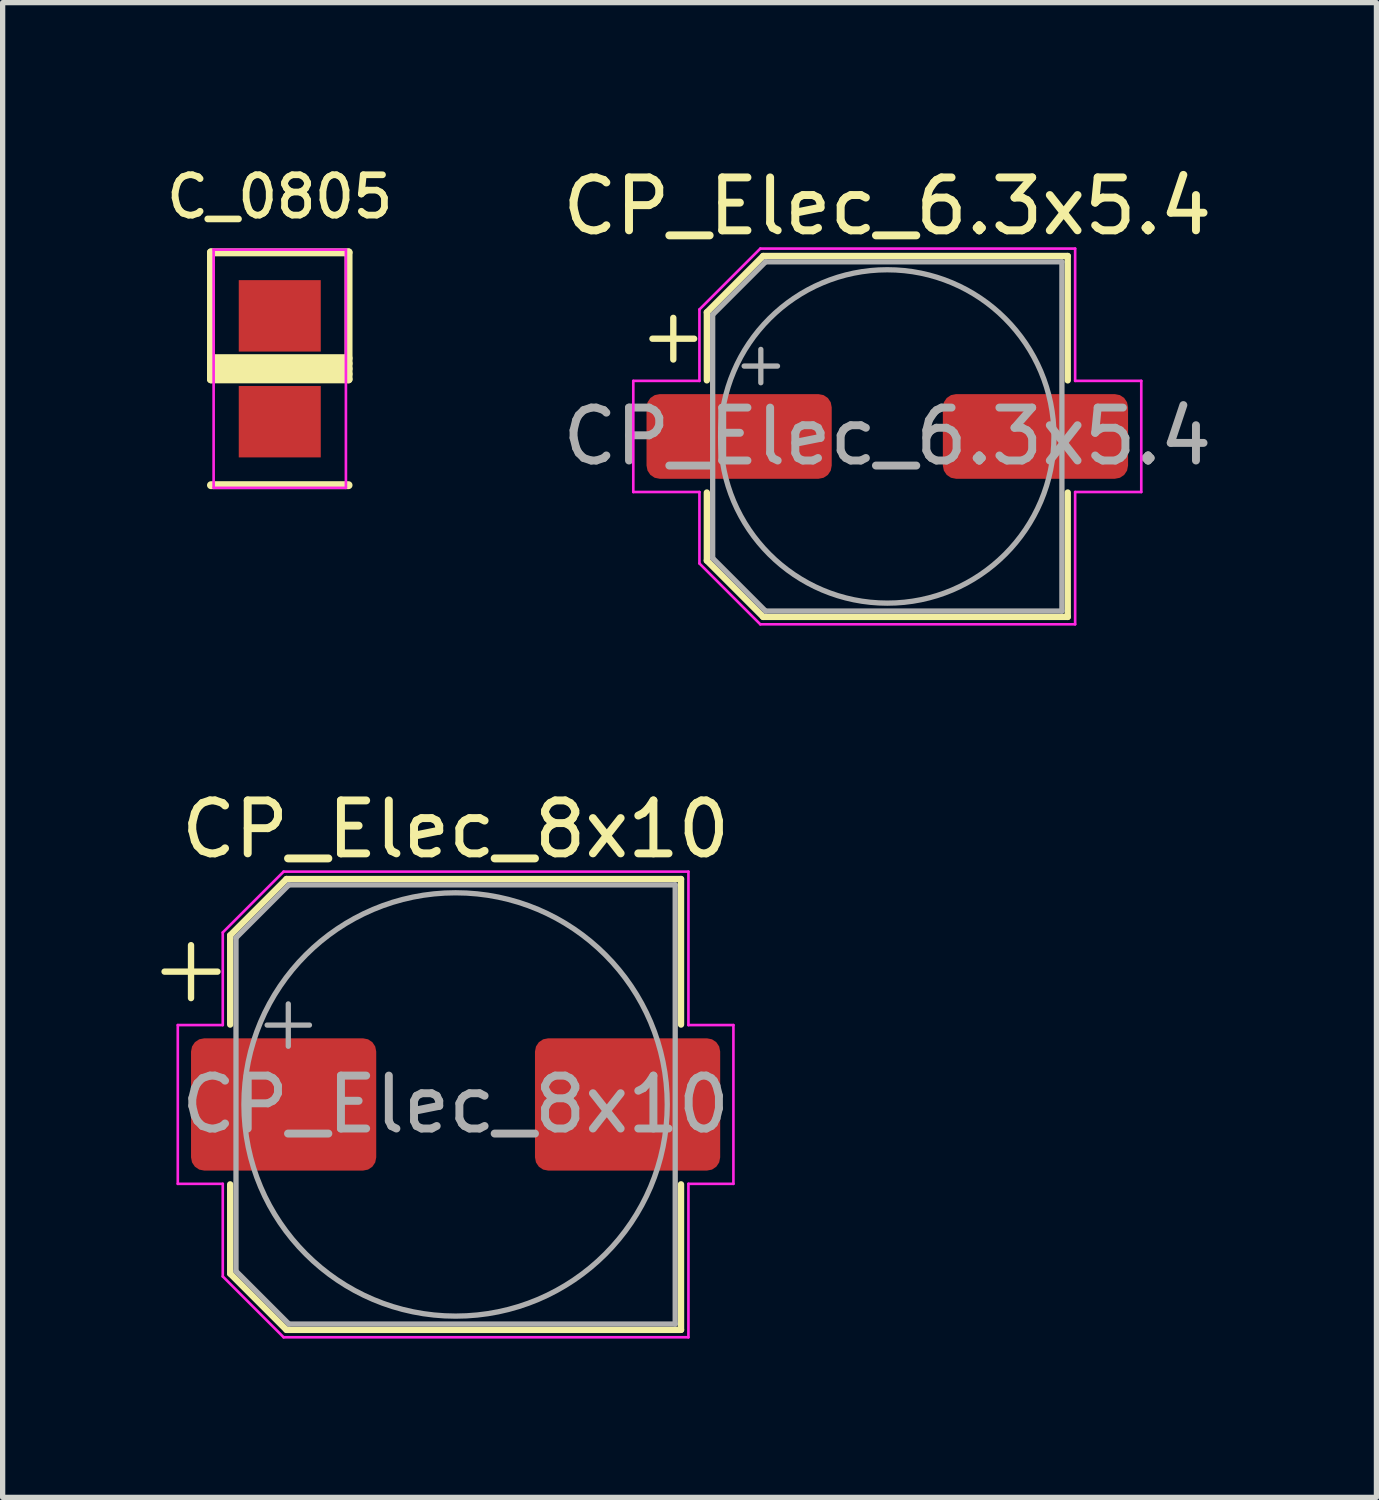
<source format=kicad_pcb>
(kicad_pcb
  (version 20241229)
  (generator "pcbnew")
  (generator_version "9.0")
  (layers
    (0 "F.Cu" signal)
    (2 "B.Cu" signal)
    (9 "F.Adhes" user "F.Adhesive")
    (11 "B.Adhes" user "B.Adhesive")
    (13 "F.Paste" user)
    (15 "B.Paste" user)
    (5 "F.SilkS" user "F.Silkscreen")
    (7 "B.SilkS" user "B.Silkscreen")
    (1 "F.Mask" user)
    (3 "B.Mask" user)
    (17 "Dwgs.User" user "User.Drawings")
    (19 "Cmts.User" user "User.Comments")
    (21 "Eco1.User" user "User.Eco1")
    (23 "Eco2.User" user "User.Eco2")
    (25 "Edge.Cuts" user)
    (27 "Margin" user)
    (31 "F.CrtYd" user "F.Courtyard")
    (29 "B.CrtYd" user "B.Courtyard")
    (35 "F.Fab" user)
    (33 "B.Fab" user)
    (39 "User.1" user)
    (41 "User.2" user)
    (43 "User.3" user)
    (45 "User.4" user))
  (footprint "CP_Elec_6.3x5.4"
    (layer "F.Cu")
    (at 13.718 5.198)
    (property "Reference" "CP_Elec_6.3x5.4" (at 0 -4.35 0) (layer "F.SilkS") (effects (font (size 1 1) (thickness 0.15))))
    (attr smd)
    (fp_line (start -4.438 -1.847) (end -3.65 -1.847) (stroke (width 0.12) (type solid)) (layer "F.SilkS"))
    (fp_line (start -4.044 -2.241) (end -4.044 -1.454) (stroke (width 0.12) (type solid)) (layer "F.SilkS"))
    (fp_line (start -3.41 -2.346) (end -3.41 -1.06) (stroke (width 0.12) (type solid)) (layer "F.SilkS"))
    (fp_line (start -3.41 -2.346) (end -2.346 -3.41) (stroke (width 0.12) (type solid)) (layer "F.SilkS"))
    (fp_line (start -3.41 2.346) (end -3.41 1.06) (stroke (width 0.12) (type solid)) (layer "F.SilkS"))
    (fp_line (start -3.41 2.346) (end -2.346 3.41) (stroke (width 0.12) (type solid)) (layer "F.SilkS"))
    (fp_line (start -2.346 -3.41) (end 3.41 -3.41) (stroke (width 0.12) (type solid)) (layer "F.SilkS"))
    (fp_line (start -2.346 3.41) (end 3.41 3.41) (stroke (width 0.12) (type solid)) (layer "F.SilkS"))
    (fp_line (start 3.41 -3.41) (end 3.41 -1.06) (stroke (width 0.12) (type solid)) (layer "F.SilkS"))
    (fp_line (start 3.41 3.41) (end 3.41 1.06) (stroke (width 0.12) (type solid)) (layer "F.SilkS"))
    (fp_line (start -4.8 -1.05) (end -4.8 1.05) (stroke (width 0.05) (type solid)) (layer "F.CrtYd"))
    (fp_line (start -4.8 1.05) (end -3.55 1.05) (stroke (width 0.05) (type solid)) (layer "F.CrtYd"))
    (fp_line (start -3.55 -2.4) (end -3.55 -1.05) (stroke (width 0.05) (type solid)) (layer "F.CrtYd"))
    (fp_line (start -3.55 -2.4) (end -2.4 -3.55) (stroke (width 0.05) (type solid)) (layer "F.CrtYd"))
    (fp_line (start -3.55 -1.05) (end -4.8 -1.05) (stroke (width 0.05) (type solid)) (layer "F.CrtYd"))
    (fp_line (start -3.55 1.05) (end -3.55 2.4) (stroke (width 0.05) (type solid)) (layer "F.CrtYd"))
    (fp_line (start -3.55 2.4) (end -2.4 3.55) (stroke (width 0.05) (type solid)) (layer "F.CrtYd"))
    (fp_line (start -2.4 -3.55) (end 3.55 -3.55) (stroke (width 0.05) (type solid)) (layer "F.CrtYd"))
    (fp_line (start -2.4 3.55) (end 3.55 3.55) (stroke (width 0.05) (type solid)) (layer "F.CrtYd"))
    (fp_line (start 3.55 -3.55) (end 3.55 -1.05) (stroke (width 0.05) (type solid)) (layer "F.CrtYd"))
    (fp_line (start 3.55 -1.05) (end 4.8 -1.05) (stroke (width 0.05) (type solid)) (layer "F.CrtYd"))
    (fp_line (start 3.55 1.05) (end 3.55 3.55) (stroke (width 0.05) (type solid)) (layer "F.CrtYd"))
    (fp_line (start 4.8 -1.05) (end 4.8 1.05) (stroke (width 0.05) (type solid)) (layer "F.CrtYd"))
    (fp_line (start 4.8 1.05) (end 3.55 1.05) (stroke (width 0.05) (type solid)) (layer "F.CrtYd"))
    (fp_line (start -3.3 -2.3) (end -3.3 2.3) (stroke (width 0.1) (type solid)) (layer "F.Fab"))
    (fp_line (start -3.3 -2.3) (end -2.3 -3.3) (stroke (width 0.1) (type solid)) (layer "F.Fab"))
    (fp_line (start -3.3 2.3) (end -2.3 3.3) (stroke (width 0.1) (type solid)) (layer "F.Fab"))
    (fp_line (start -2.705 -1.33) (end -2.075 -1.33) (stroke (width 0.1) (type solid)) (layer "F.Fab"))
    (fp_line (start -2.39 -1.645) (end -2.39 -1.015) (stroke (width 0.1) (type solid)) (layer "F.Fab"))
    (fp_line (start -2.3 -3.3) (end 3.3 -3.3) (stroke (width 0.1) (type solid)) (layer "F.Fab"))
    (fp_line (start -2.3 3.3) (end 3.3 3.3) (stroke (width 0.1) (type solid)) (layer "F.Fab"))
    (fp_line (start 3.3 -3.3) (end 3.3 3.3) (stroke (width 0.1) (type solid)) (layer "F.Fab"))
    (fp_circle (center 0 0) (end 3.15 0) (stroke (width 0.1) (type solid)) (fill no) (layer "F.Fab"))
    (fp_text user "${REFERENCE}" (at 0 0 0) (layer "F.Fab") (effects (font (size 1 1) (thickness 0.15))))
    (pad "1" smd roundrect (at -2.8 0) (size 3.5 1.6) (layers "F.Cu" "F.Mask" "F.Paste") (roundrect_rratio 0.156))
    (pad "2" smd roundrect (at 2.8 0) (size 3.5 1.6) (layers "F.Cu" "F.Mask" "F.Paste") (roundrect_rratio 0.156)))
  (footprint "C_0805"
    (layer "F.Cu")
    (at 2.237 3.919)
    (property "Reference" "C_0805" (at 0 -3.25 180) (layer "F.SilkS") (effects (font (size 0.762 0.762) (thickness 0.127))))
    (attr smd)
    (fp_line (start -1.3 -2.2) (end 1.3 -2.2) (stroke (width 0.15) (type solid)) (layer "F.SilkS"))
    (fp_line (start -1.3 -0.2) (end 1.3 -0.2) (stroke (width 0.15) (type solid)) (layer "F.SilkS"))
    (fp_line (start -1.3 -0.1) (end 1.3 -0.1) (stroke (width 0.15) (type solid)) (layer "F.SilkS"))
    (fp_line (start -1.3 0.1) (end 1.3 0.1) (stroke (width 0.15) (type solid)) (layer "F.SilkS"))
    (fp_line (start -1.3 0.2) (end -1.3 -2.2) (stroke (width 0.15) (type solid)) (layer "F.SilkS"))
    (fp_line (start -1.3 0.2) (end 1.3 0.2) (stroke (width 0.15) (type solid)) (layer "F.SilkS"))
    (fp_line (start -1.3 2.2) (end 1.3 2.2) (stroke (width 0.15) (type solid)) (layer "F.SilkS"))
    (fp_line (start 1.3 -2.2) (end 1.3 0.2) (stroke (width 0.15) (type solid)) (layer "F.SilkS"))
    (fp_line (start 1.3 0) (end -1.3 0) (stroke (width 0.15) (type solid)) (layer "F.SilkS"))
    (fp_line (start -1.25 -2.25) (end 1.25 -2.25) (stroke (width 0.05) (type solid)) (layer "F.CrtYd"))
    (fp_line (start -1.25 2.25) (end -1.25 -2.25) (stroke (width 0.05) (type solid)) (layer "F.CrtYd"))
    (fp_line (start 1.25 -2.25) (end 1.25 2.25) (stroke (width 0.05) (type solid)) (layer "F.CrtYd"))
    (fp_line (start 1.25 2.25) (end -1.25 2.25) (stroke (width 0.05) (type solid)) (layer "F.CrtYd"))
    (pad "1" smd rect (at 0 -1 90) (size 1.35 1.55) (layers "F.Cu" "F.Mask" "F.Paste"))
    (pad "2" smd rect (at 0 1 90) (size 1.35 1.55) (layers "F.Cu" "F.Mask" "F.Paste")))
  (footprint "CP_Elec_8x10"
    (layer "F.Cu")
    (at 5.56 17.822)
    (property "Reference" "CP_Elec_8x10" (at 0 -5.2 0) (layer "F.SilkS") (effects (font (size 1 1) (thickness 0.15))))
    (attr smd)
    (fp_line (start -5.5 -2.51) (end -4.5 -2.51) (stroke (width 0.12) (type solid)) (layer "F.SilkS"))
    (fp_line (start -5 -3.01) (end -5 -2.01) (stroke (width 0.12) (type solid)) (layer "F.SilkS"))
    (fp_line (start -4.26 -3.196) (end -4.26 -1.51) (stroke (width 0.12) (type solid)) (layer "F.SilkS"))
    (fp_line (start -4.26 -3.196) (end -3.196 -4.26) (stroke (width 0.12) (type solid)) (layer "F.SilkS"))
    (fp_line (start -4.26 3.196) (end -4.26 1.51) (stroke (width 0.12) (type solid)) (layer "F.SilkS"))
    (fp_line (start -4.26 3.196) (end -3.196 4.26) (stroke (width 0.12) (type solid)) (layer "F.SilkS"))
    (fp_line (start -3.196 -4.26) (end 4.26 -4.26) (stroke (width 0.12) (type solid)) (layer "F.SilkS"))
    (fp_line (start -3.196 4.26) (end 4.26 4.26) (stroke (width 0.12) (type solid)) (layer "F.SilkS"))
    (fp_line (start 4.26 -4.26) (end 4.26 -1.51) (stroke (width 0.12) (type solid)) (layer "F.SilkS"))
    (fp_line (start 4.26 4.26) (end 4.26 1.51) (stroke (width 0.12) (type solid)) (layer "F.SilkS"))
    (fp_line (start -5.25 -1.5) (end -5.25 1.5) (stroke (width 0.05) (type solid)) (layer "F.CrtYd"))
    (fp_line (start -5.25 1.5) (end -4.4 1.5) (stroke (width 0.05) (type solid)) (layer "F.CrtYd"))
    (fp_line (start -4.4 -3.25) (end -4.4 -1.5) (stroke (width 0.05) (type solid)) (layer "F.CrtYd"))
    (fp_line (start -4.4 -3.25) (end -3.25 -4.4) (stroke (width 0.05) (type solid)) (layer "F.CrtYd"))
    (fp_line (start -4.4 -1.5) (end -5.25 -1.5) (stroke (width 0.05) (type solid)) (layer "F.CrtYd"))
    (fp_line (start -4.4 1.5) (end -4.4 3.25) (stroke (width 0.05) (type solid)) (layer "F.CrtYd"))
    (fp_line (start -4.4 3.25) (end -3.25 4.4) (stroke (width 0.05) (type solid)) (layer "F.CrtYd"))
    (fp_line (start -3.25 -4.4) (end 4.4 -4.4) (stroke (width 0.05) (type solid)) (layer "F.CrtYd"))
    (fp_line (start -3.25 4.4) (end 4.4 4.4) (stroke (width 0.05) (type solid)) (layer "F.CrtYd"))
    (fp_line (start 4.4 -4.4) (end 4.4 -1.5) (stroke (width 0.05) (type solid)) (layer "F.CrtYd"))
    (fp_line (start 4.4 -1.5) (end 5.25 -1.5) (stroke (width 0.05) (type solid)) (layer "F.CrtYd"))
    (fp_line (start 4.4 1.5) (end 4.4 4.4) (stroke (width 0.05) (type solid)) (layer "F.CrtYd"))
    (fp_line (start 5.25 -1.5) (end 5.25 1.5) (stroke (width 0.05) (type solid)) (layer "F.CrtYd"))
    (fp_line (start 5.25 1.5) (end 4.4 1.5) (stroke (width 0.05) (type solid)) (layer "F.CrtYd"))
    (fp_line (start -4.15 -3.15) (end -4.15 3.15) (stroke (width 0.1) (type solid)) (layer "F.Fab"))
    (fp_line (start -4.15 -3.15) (end -3.15 -4.15) (stroke (width 0.1) (type solid)) (layer "F.Fab"))
    (fp_line (start -4.15 3.15) (end -3.15 4.15) (stroke (width 0.1) (type solid)) (layer "F.Fab"))
    (fp_line (start -3.562 -1.5) (end -2.762 -1.5) (stroke (width 0.1) (type solid)) (layer "F.Fab"))
    (fp_line (start -3.162 -1.9) (end -3.162 -1.1) (stroke (width 0.1) (type solid)) (layer "F.Fab"))
    (fp_line (start -3.15 -4.15) (end 4.15 -4.15) (stroke (width 0.1) (type solid)) (layer "F.Fab"))
    (fp_line (start -3.15 4.15) (end 4.15 4.15) (stroke (width 0.1) (type solid)) (layer "F.Fab"))
    (fp_line (start 4.15 -4.15) (end 4.15 4.15) (stroke (width 0.1) (type solid)) (layer "F.Fab"))
    (fp_circle (center 0 0) (end 4 0) (stroke (width 0.1) (type solid)) (fill no) (layer "F.Fab"))
    (fp_text user "${REFERENCE}" (at 0 0 0) (layer "F.Fab") (effects (font (size 1 1) (thickness 0.15))))
    (pad "1" smd roundrect (at -3.25 0) (size 3.5 2.5) (layers "F.Cu" "F.Mask" "F.Paste") (roundrect_rratio 0.1))
    (pad "2" smd roundrect (at 3.25 0) (size 3.5 2.5) (layers "F.Cu" "F.Mask" "F.Paste") (roundrect_rratio 0.1)))
  (gr_rect
    (start -3 -3)
    (end 22.962 25.247)
    (stroke (width 0.1) (type default))
    (fill no)
    (layer "Edge.Cuts")))
</source>
